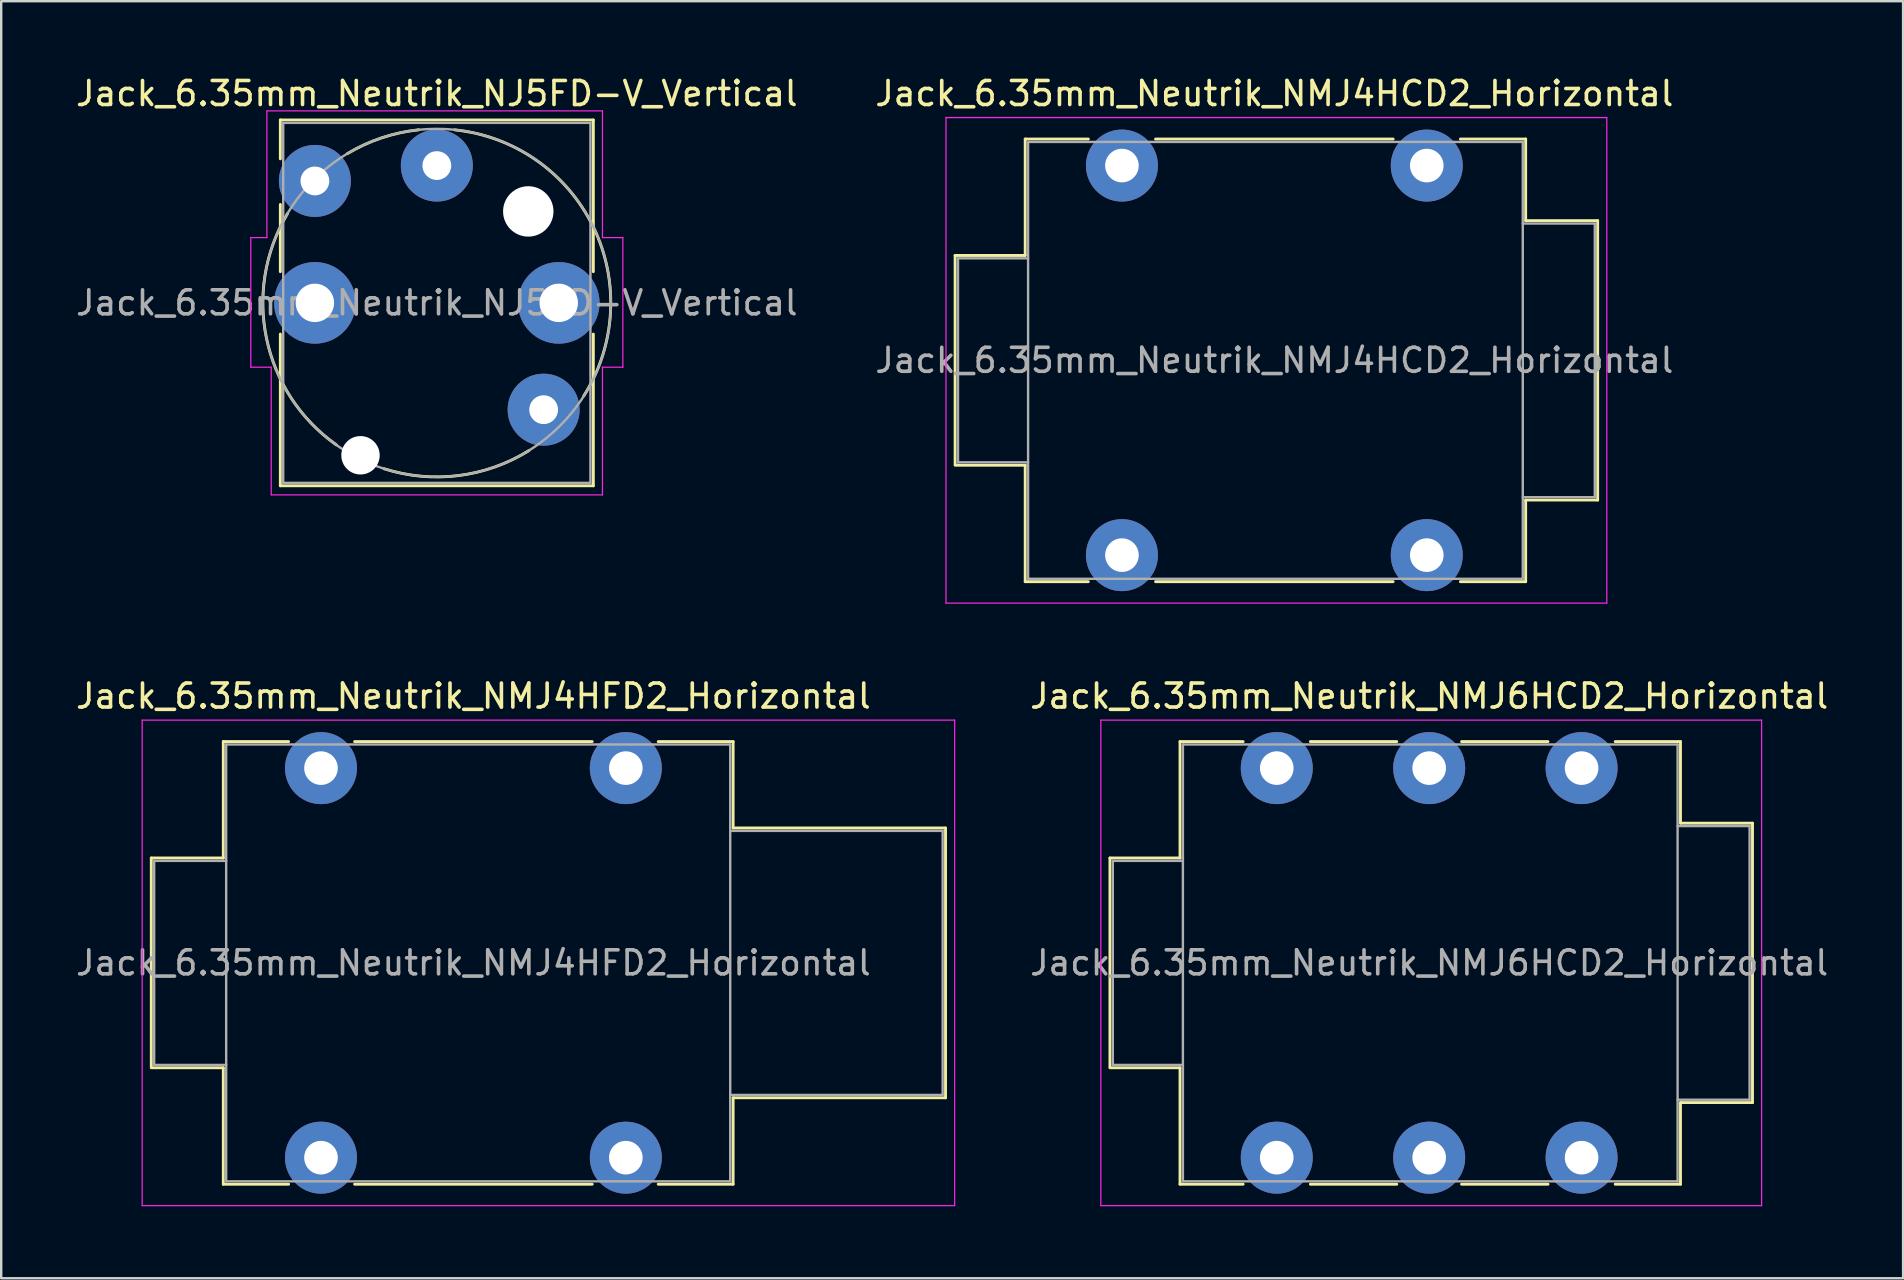
<source format=kicad_pcb>
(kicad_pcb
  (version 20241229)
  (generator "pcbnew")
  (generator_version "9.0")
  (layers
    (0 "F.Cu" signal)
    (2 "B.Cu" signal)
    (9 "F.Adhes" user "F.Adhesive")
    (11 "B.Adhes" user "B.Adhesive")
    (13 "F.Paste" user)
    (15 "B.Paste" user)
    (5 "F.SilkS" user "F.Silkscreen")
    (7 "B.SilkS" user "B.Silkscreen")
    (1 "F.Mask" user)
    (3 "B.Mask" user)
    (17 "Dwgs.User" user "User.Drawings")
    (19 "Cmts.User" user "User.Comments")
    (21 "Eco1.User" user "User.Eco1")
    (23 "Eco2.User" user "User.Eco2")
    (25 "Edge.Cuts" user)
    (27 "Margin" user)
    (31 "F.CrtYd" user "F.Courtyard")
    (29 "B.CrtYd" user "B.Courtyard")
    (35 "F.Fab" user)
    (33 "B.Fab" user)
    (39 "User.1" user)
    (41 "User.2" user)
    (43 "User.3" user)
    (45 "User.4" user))
  (footprint "Jack_6.35mm_Neutrik_NMJ6HCD2_Horizontal"
    (layer "F.Cu")
    (at 50.142 28.951)
    (property "Reference" "Jack_6.35mm_Neutrik_NMJ6HCD2_Horizontal" (at 6.35 -3 0) (layer "F.SilkS") (effects (font (size 1 1) (thickness 0.15))))
    (attr through_hole)
    (fp_line (start -6.95 3.745) (end -4.03 3.745) (stroke (width 0.12) (type solid)) (layer "F.SilkS"))
    (fp_line (start -6.95 12.445) (end -6.95 3.745) (stroke (width 0.12) (type solid)) (layer "F.SilkS"))
    (fp_line (start -6.95 12.485) (end -4.03 12.485) (stroke (width 0.12) (type solid)) (layer "F.SilkS"))
    (fp_line (start -4.03 -1.105) (end -1.4 -1.105) (stroke (width 0.12) (type solid)) (layer "F.SilkS"))
    (fp_line (start -4.03 3.745) (end -4.03 -1.105) (stroke (width 0.12) (type solid)) (layer "F.SilkS"))
    (fp_line (start -4.03 17.335) (end -4.03 12.485) (stroke (width 0.12) (type solid)) (layer "F.SilkS"))
    (fp_line (start -1.4 17.335) (end -4.03 17.335) (stroke (width 0.12) (type solid)) (layer "F.SilkS"))
    (fp_line (start 1.4 -1.105) (end 5 -1.105) (stroke (width 0.12) (type solid)) (layer "F.SilkS"))
    (fp_line (start 5 17.335) (end 1.4 17.335) (stroke (width 0.12) (type solid)) (layer "F.SilkS"))
    (fp_line (start 7.7 -1.105) (end 11.3 -1.105) (stroke (width 0.12) (type solid)) (layer "F.SilkS"))
    (fp_line (start 11.3 17.335) (end 7.7 17.335) (stroke (width 0.12) (type solid)) (layer "F.SilkS"))
    (fp_line (start 16.82 -1.105) (end 14.1 -1.105) (stroke (width 0.12) (type solid)) (layer "F.SilkS"))
    (fp_line (start 16.82 2.295) (end 16.82 -1.105) (stroke (width 0.12) (type solid)) (layer "F.SilkS"))
    (fp_line (start 16.82 2.295) (end 19.82 2.295) (stroke (width 0.12) (type solid)) (layer "F.SilkS"))
    (fp_line (start 16.82 13.935) (end 19.82 13.935) (stroke (width 0.12) (type solid)) (layer "F.SilkS"))
    (fp_line (start 16.82 17.335) (end 14.1 17.335) (stroke (width 0.12) (type solid)) (layer "F.SilkS"))
    (fp_line (start 16.82 17.335) (end 16.82 13.935) (stroke (width 0.12) (type solid)) (layer "F.SilkS"))
    (fp_line (start 19.82 13.935) (end 19.82 2.295) (stroke (width 0.12) (type solid)) (layer "F.SilkS"))
    (fp_line (start -7.33 18.23) (end -7.33 -2) (stroke (width 0.05) (type solid)) (layer "F.CrtYd"))
    (fp_line (start -7.33 18.23) (end 20.2 18.23) (stroke (width 0.05) (type solid)) (layer "F.CrtYd"))
    (fp_line (start 20.2 -2) (end -7.33 -2) (stroke (width 0.05) (type solid)) (layer "F.CrtYd"))
    (fp_line (start 20.2 18.23) (end 20.2 -2) (stroke (width 0.05) (type solid)) (layer "F.CrtYd"))
    (fp_line (start -6.83 3.865) (end -3.91 3.865) (stroke (width 0.1) (type solid)) (layer "F.Fab"))
    (fp_line (start -6.83 12.365) (end -6.83 3.865) (stroke (width 0.1) (type solid)) (layer "F.Fab"))
    (fp_line (start -6.83 12.365) (end -3.91 12.365) (stroke (width 0.1) (type solid)) (layer "F.Fab"))
    (fp_line (start -3.91 17.215) (end -3.91 -0.985) (stroke (width 0.1) (type solid)) (layer "F.Fab"))
    (fp_line (start 16.7 -0.985) (end -3.91 -0.985) (stroke (width 0.1) (type solid)) (layer "F.Fab"))
    (fp_line (start 16.7 17.215) (end -3.91 17.215) (stroke (width 0.1) (type solid)) (layer "F.Fab"))
    (fp_line (start 16.7 17.215) (end 16.7 -0.985) (stroke (width 0.1) (type solid)) (layer "F.Fab"))
    (fp_line (start 19.7 2.415) (end 16.7 2.415) (stroke (width 0.1) (type solid)) (layer "F.Fab"))
    (fp_line (start 19.7 13.815) (end 16.7 13.815) (stroke (width 0.1) (type solid)) (layer "F.Fab"))
    (fp_line (start 19.7 13.815) (end 19.7 2.415) (stroke (width 0.1) (type solid)) (layer "F.Fab"))
    (fp_text user "${REFERENCE}" (at 6.35 8.115 0) (layer "F.Fab") (effects (font (size 1 1) (thickness 0.15))))
    (pad "R" thru_hole circle (at 6.35 0) (size 3 3) (drill 1.4) (layers "*.Cu" "*.Mask"))
    (pad "RN" thru_hole circle (at 6.35 16.23) (size 3 3) (drill 1.4) (layers "*.Cu" "*.Mask"))
    (pad "S" thru_hole circle (at 12.7 0) (size 3 3) (drill 1.4) (layers "*.Cu" "*.Mask"))
    (pad "SN" thru_hole circle (at 12.7 16.23) (size 3 3) (drill 1.4) (layers "*.Cu" "*.Mask"))
    (pad "T" thru_hole circle (at 0 0) (size 3 3) (drill 1.4) (layers "*.Cu" "*.Mask"))
    (pad "TN" thru_hole circle (at 0 16.23) (size 3 3) (drill 1.4) (layers "*.Cu" "*.Mask")))
  (footprint "Jack_6.35mm_Neutrik_NJ5FD-V_Vertical"
    (layer "F.Cu")
    (at 15.149 3.848)
    (property "Reference" "Jack_6.35mm_Neutrik_NJ5FD-V_Vertical" (at 0 -3 0) (layer "F.SilkS") (effects (font (size 1 1) (thickness 0.15))))
    (attr through_hole)
    (fp_line (start -6.52 -1.9) (end -6.52 -0.28) (stroke (width 0.12) (type solid)) (layer "F.SilkS"))
    (fp_line (start -6.52 -1.9) (end 6.52 -1.9) (stroke (width 0.12) (type solid)) (layer "F.SilkS"))
    (fp_line (start -6.52 1.62) (end -6.52 4.42) (stroke (width 0.12) (type solid)) (layer "F.SilkS"))
    (fp_line (start -6.52 7.02) (end -6.52 13.34) (stroke (width 0.12) (type solid)) (layer "F.SilkS"))
    (fp_line (start -6.52 13.34) (end 6.52 13.34) (stroke (width 0.12) (type solid)) (layer "F.SilkS"))
    (fp_line (start 6.52 -1.9) (end 6.52 4.42) (stroke (width 0.12) (type solid)) (layer "F.SilkS"))
    (fp_line (start 6.52 7.02) (end 6.52 13.34) (stroke (width 0.12) (type solid)) (layer "F.SilkS"))
    (fp_arc (start -4.186229 11.636273) (mid -7.091321 7.21665) (end -6.22 2) (stroke (width 0.12) (type solid)) (layer "F.SilkS"))
    (fp_arc (start -3.726809 -0.497515) (mid -2.292752 -1.156764) (end -0.75 -1.49) (stroke (width 0.12) (type solid)) (layer "F.SilkS"))
    (fp_arc (start 0.741615 -1.488246) (mid 6.519796 2.557554) (end 6.12 9.6) (stroke (width 0.12) (type solid)) (layer "F.SilkS"))
    (fp_arc (start 3.836366 11.873893) (mid 0.901303 12.915537) (end -2.2 12.63) (stroke (width 0.12) (type solid)) (layer "F.SilkS"))
    (fp_line (start -7.75 3) (end -7.75 8.4) (stroke (width 0.05) (type solid)) (layer "F.CrtYd"))
    (fp_line (start -7.08 -2.28) (end -7.08 3) (stroke (width 0.05) (type solid)) (layer "F.CrtYd"))
    (fp_line (start -7.08 -2.28) (end 6.9 -2.28) (stroke (width 0.05) (type solid)) (layer "F.CrtYd"))
    (fp_line (start -7.08 3) (end -7.75 3) (stroke (width 0.05) (type solid)) (layer "F.CrtYd"))
    (fp_line (start -6.9 8.4) (end -7.75 8.4) (stroke (width 0.05) (type solid)) (layer "F.CrtYd"))
    (fp_line (start -6.9 8.4) (end -6.9 13.72) (stroke (width 0.05) (type solid)) (layer "F.CrtYd"))
    (fp_line (start -6.9 13.72) (end 6.9 13.72) (stroke (width 0.05) (type solid)) (layer "F.CrtYd"))
    (fp_line (start 6.9 -2.28) (end 6.9 3) (stroke (width 0.05) (type solid)) (layer "F.CrtYd"))
    (fp_line (start 6.9 3) (end 7.75 3) (stroke (width 0.05) (type solid)) (layer "F.CrtYd"))
    (fp_line (start 6.9 8.4) (end 6.9 13.72) (stroke (width 0.05) (type solid)) (layer "F.CrtYd"))
    (fp_line (start 6.9 8.4) (end 7.75 8.4) (stroke (width 0.05) (type solid)) (layer "F.CrtYd"))
    (fp_line (start 7.75 3) (end 7.75 8.4) (stroke (width 0.05) (type solid)) (layer "F.CrtYd"))
    (fp_line (start -6.4 -1.78) (end -6.4 13.22) (stroke (width 0.1) (type solid)) (layer "F.Fab"))
    (fp_line (start -6.4 -1.78) (end 6.4 -1.78) (stroke (width 0.1) (type solid)) (layer "F.Fab"))
    (fp_line (start -6.4 13.22) (end 6.4 13.22) (stroke (width 0.1) (type solid)) (layer "F.Fab"))
    (fp_line (start 6.4 -1.78) (end 6.4 13.22) (stroke (width 0.1) (type solid)) (layer "F.Fab"))
    (fp_circle (center 0 5.72) (end -7.25 5.72) (stroke (width 0.1) (type solid)) (fill no) (layer "F.Fab"))
    (fp_text user "${REFERENCE}" (at 0 5.72 0) (layer "F.Fab") (effects (font (size 1 1) (thickness 0.15))))
    (pad "" np_thru_hole circle (at -3.18 12.07 180) (size 1.6 1.6) (drill 1.6) (layers "*.Cu" "*.Mask"))
    (pad "" np_thru_hole circle (at 3.81 1.91 180) (size 2.1 2.1) (drill 2.1) (layers "*.Cu" "*.Mask"))
    (pad "R" thru_hole circle (at 5.08 5.72 180) (size 3.4 3.4) (drill 1.6) (layers "*.Cu" "*.Mask"))
    (pad "RN" thru_hole circle (at 4.45 10.17 180) (size 3 3) (drill 1.2) (layers "*.Cu" "*.Mask"))
    (pad "S" thru_hole circle (at -5.08 5.72 180) (size 3.4 3.4) (drill 1.6) (layers "*.Cu" "*.Mask"))
    (pad "T" thru_hole circle (at 0 0 180) (size 3 3) (drill 1.2) (layers "*.Cu" "*.Mask"))
    (pad "TN" thru_hole circle (at -5.08 0.64 180) (size 3 3) (drill 1.2) (layers "*.Cu" "*.Mask")))
  (footprint "Jack_6.35mm_Neutrik_NMJ4HFD2_Horizontal"
    (layer "F.Cu")
    (at 10.323 28.951)
    (property "Reference" "Jack_6.35mm_Neutrik_NMJ4HFD2_Horizontal" (at 6.35 -3 0) (layer "F.SilkS") (effects (font (size 1 1) (thickness 0.15))))
    (attr through_hole)
    (fp_line (start -7.07 3.745) (end -4.07 3.745) (stroke (width 0.12) (type solid)) (layer "F.SilkS"))
    (fp_line (start -7.07 12.445) (end -7.07 3.745) (stroke (width 0.12) (type solid)) (layer "F.SilkS"))
    (fp_line (start -7.07 12.485) (end -4.07 12.485) (stroke (width 0.12) (type solid)) (layer "F.SilkS"))
    (fp_line (start -4.07 -1.105) (end -1.35 -1.105) (stroke (width 0.12) (type solid)) (layer "F.SilkS"))
    (fp_line (start -4.07 3.745) (end -4.07 -1.105) (stroke (width 0.12) (type solid)) (layer "F.SilkS"))
    (fp_line (start -4.07 17.335) (end -4.07 12.485) (stroke (width 0.12) (type solid)) (layer "F.SilkS"))
    (fp_line (start -1.35 17.335) (end -4.07 17.335) (stroke (width 0.12) (type solid)) (layer "F.SilkS"))
    (fp_line (start 1.4 -1.105) (end 11.3 -1.105) (stroke (width 0.12) (type solid)) (layer "F.SilkS"))
    (fp_line (start 11.3 17.335) (end 1.4 17.335) (stroke (width 0.12) (type solid)) (layer "F.SilkS"))
    (fp_line (start 17.17 -1.105) (end 14.05 -1.105) (stroke (width 0.12) (type solid)) (layer "F.SilkS"))
    (fp_line (start 17.17 2.495) (end 17.17 -1.105) (stroke (width 0.12) (type solid)) (layer "F.SilkS"))
    (fp_line (start 17.17 2.495) (end 26.02 2.495) (stroke (width 0.12) (type solid)) (layer "F.SilkS"))
    (fp_line (start 17.17 13.735) (end 26.02 13.735) (stroke (width 0.12) (type solid)) (layer "F.SilkS"))
    (fp_line (start 17.17 17.335) (end 14.05 17.335) (stroke (width 0.12) (type solid)) (layer "F.SilkS"))
    (fp_line (start 17.17 17.335) (end 17.17 13.735) (stroke (width 0.12) (type solid)) (layer "F.SilkS"))
    (fp_line (start 26.02 13.735) (end 26.02 2.495) (stroke (width 0.12) (type solid)) (layer "F.SilkS"))
    (fp_line (start -7.45 18.23) (end -7.45 -2) (stroke (width 0.05) (type solid)) (layer "F.CrtYd"))
    (fp_line (start -7.45 18.23) (end 26.4 18.23) (stroke (width 0.05) (type solid)) (layer "F.CrtYd"))
    (fp_line (start 26.4 -2) (end -7.45 -2) (stroke (width 0.05) (type solid)) (layer "F.CrtYd"))
    (fp_line (start 26.4 18.23) (end 26.4 -2) (stroke (width 0.05) (type solid)) (layer "F.CrtYd"))
    (fp_line (start -6.95 3.865) (end -3.95 3.865) (stroke (width 0.1) (type solid)) (layer "F.Fab"))
    (fp_line (start -6.95 12.365) (end -6.95 3.865) (stroke (width 0.1) (type solid)) (layer "F.Fab"))
    (fp_line (start -6.95 12.365) (end -3.95 12.365) (stroke (width 0.1) (type solid)) (layer "F.Fab"))
    (fp_line (start -3.95 17.215) (end -3.95 -0.985) (stroke (width 0.1) (type solid)) (layer "F.Fab"))
    (fp_line (start 17.05 -0.985) (end -3.95 -0.985) (stroke (width 0.1) (type solid)) (layer "F.Fab"))
    (fp_line (start 17.05 17.215) (end -3.95 17.215) (stroke (width 0.1) (type solid)) (layer "F.Fab"))
    (fp_line (start 17.05 17.215) (end 17.05 -0.985) (stroke (width 0.1) (type solid)) (layer "F.Fab"))
    (fp_line (start 25.9 2.615) (end 17.05 2.615) (stroke (width 0.1) (type solid)) (layer "F.Fab"))
    (fp_line (start 25.9 13.615) (end 17.05 13.615) (stroke (width 0.1) (type solid)) (layer "F.Fab"))
    (fp_line (start 25.9 13.615) (end 25.9 2.615) (stroke (width 0.1) (type solid)) (layer "F.Fab"))
    (fp_text user "${REFERENCE}" (at 6.35 8.115 0) (layer "F.Fab") (effects (font (size 1 1) (thickness 0.15))))
    (pad "S" thru_hole circle (at 12.7 0) (size 3 3) (drill 1.4) (layers "*.Cu" "*.Mask"))
    (pad "SN" thru_hole circle (at 12.7 16.23) (size 3 3) (drill 1.4) (layers "*.Cu" "*.Mask"))
    (pad "T" thru_hole circle (at 0 0) (size 3 3) (drill 1.4) (layers "*.Cu" "*.Mask"))
    (pad "TN" thru_hole circle (at 0 16.23) (size 3 3) (drill 1.4) (layers "*.Cu" "*.Mask")))
  (footprint "Jack_6.35mm_Neutrik_NMJ4HCD2_Horizontal"
    (layer "F.Cu")
    (at 43.692 3.848)
    (property "Reference" "Jack_6.35mm_Neutrik_NMJ4HCD2_Horizontal" (at 6.35 -3 0) (layer "F.SilkS") (effects (font (size 1 1) (thickness 0.15))))
    (attr through_hole)
    (fp_line (start -6.95 3.745) (end -4.03 3.745) (stroke (width 0.12) (type solid)) (layer "F.SilkS"))
    (fp_line (start -6.95 12.445) (end -6.95 3.745) (stroke (width 0.12) (type solid)) (layer "F.SilkS"))
    (fp_line (start -6.95 12.485) (end -4.03 12.485) (stroke (width 0.12) (type solid)) (layer "F.SilkS"))
    (fp_line (start -4.03 -1.105) (end -1.4 -1.105) (stroke (width 0.12) (type solid)) (layer "F.SilkS"))
    (fp_line (start -4.03 3.745) (end -4.03 -1.105) (stroke (width 0.12) (type solid)) (layer "F.SilkS"))
    (fp_line (start -4.03 17.335) (end -4.03 12.485) (stroke (width 0.12) (type solid)) (layer "F.SilkS"))
    (fp_line (start -1.4 17.335) (end -4.03 17.335) (stroke (width 0.12) (type solid)) (layer "F.SilkS"))
    (fp_line (start 1.4 -1.105) (end 11.3 -1.105) (stroke (width 0.12) (type solid)) (layer "F.SilkS"))
    (fp_line (start 11.3 17.335) (end 1.4 17.335) (stroke (width 0.12) (type solid)) (layer "F.SilkS"))
    (fp_line (start 16.82 -1.105) (end 14.1 -1.105) (stroke (width 0.12) (type solid)) (layer "F.SilkS"))
    (fp_line (start 16.82 2.295) (end 16.82 -1.105) (stroke (width 0.12) (type solid)) (layer "F.SilkS"))
    (fp_line (start 16.82 2.295) (end 19.82 2.295) (stroke (width 0.12) (type solid)) (layer "F.SilkS"))
    (fp_line (start 16.82 13.935) (end 19.82 13.935) (stroke (width 0.12) (type solid)) (layer "F.SilkS"))
    (fp_line (start 16.82 17.335) (end 14.1 17.335) (stroke (width 0.12) (type solid)) (layer "F.SilkS"))
    (fp_line (start 16.82 17.335) (end 16.82 13.935) (stroke (width 0.12) (type solid)) (layer "F.SilkS"))
    (fp_line (start 19.82 13.935) (end 19.82 2.295) (stroke (width 0.12) (type solid)) (layer "F.SilkS"))
    (fp_line (start -7.33 18.23) (end -7.33 -2) (stroke (width 0.05) (type solid)) (layer "F.CrtYd"))
    (fp_line (start -7.33 18.23) (end 20.2 18.23) (stroke (width 0.05) (type solid)) (layer "F.CrtYd"))
    (fp_line (start 20.2 -2) (end -7.33 -2) (stroke (width 0.05) (type solid)) (layer "F.CrtYd"))
    (fp_line (start 20.2 18.23) (end 20.2 -2) (stroke (width 0.05) (type solid)) (layer "F.CrtYd"))
    (fp_line (start -6.83 3.865) (end -3.91 3.865) (stroke (width 0.1) (type solid)) (layer "F.Fab"))
    (fp_line (start -6.83 12.365) (end -6.83 3.865) (stroke (width 0.1) (type solid)) (layer "F.Fab"))
    (fp_line (start -6.83 12.365) (end -3.91 12.365) (stroke (width 0.1) (type solid)) (layer "F.Fab"))
    (fp_line (start -3.91 17.215) (end -3.91 -0.985) (stroke (width 0.1) (type solid)) (layer "F.Fab"))
    (fp_line (start 16.7 -0.985) (end -3.91 -0.985) (stroke (width 0.1) (type solid)) (layer "F.Fab"))
    (fp_line (start 16.7 17.215) (end -3.91 17.215) (stroke (width 0.1) (type solid)) (layer "F.Fab"))
    (fp_line (start 16.7 17.215) (end 16.7 -0.985) (stroke (width 0.1) (type solid)) (layer "F.Fab"))
    (fp_line (start 19.7 2.415) (end 16.7 2.415) (stroke (width 0.1) (type solid)) (layer "F.Fab"))
    (fp_line (start 19.7 13.815) (end 16.7 13.815) (stroke (width 0.1) (type solid)) (layer "F.Fab"))
    (fp_line (start 19.7 13.815) (end 19.7 2.415) (stroke (width 0.1) (type solid)) (layer "F.Fab"))
    (fp_text user "${REFERENCE}" (at 6.35 8.115 0) (layer "F.Fab") (effects (font (size 1 1) (thickness 0.15))))
    (pad "S" thru_hole circle (at 12.7 0) (size 3 3) (drill 1.4) (layers "*.Cu" "*.Mask"))
    (pad "SN" thru_hole circle (at 12.7 16.23) (size 3 3) (drill 1.4) (layers "*.Cu" "*.Mask"))
    (pad "T" thru_hole circle (at 0 0) (size 3 3) (drill 1.4) (layers "*.Cu" "*.Mask"))
    (pad "TN" thru_hole circle (at 0 16.23) (size 3 3) (drill 1.4) (layers "*.Cu" "*.Mask")))
  (gr_rect
    (start -3 -3)
    (end 76.236 50.206)
    (stroke (width 0.1) (type default))
    (fill no)
    (layer "Edge.Cuts")))
</source>
